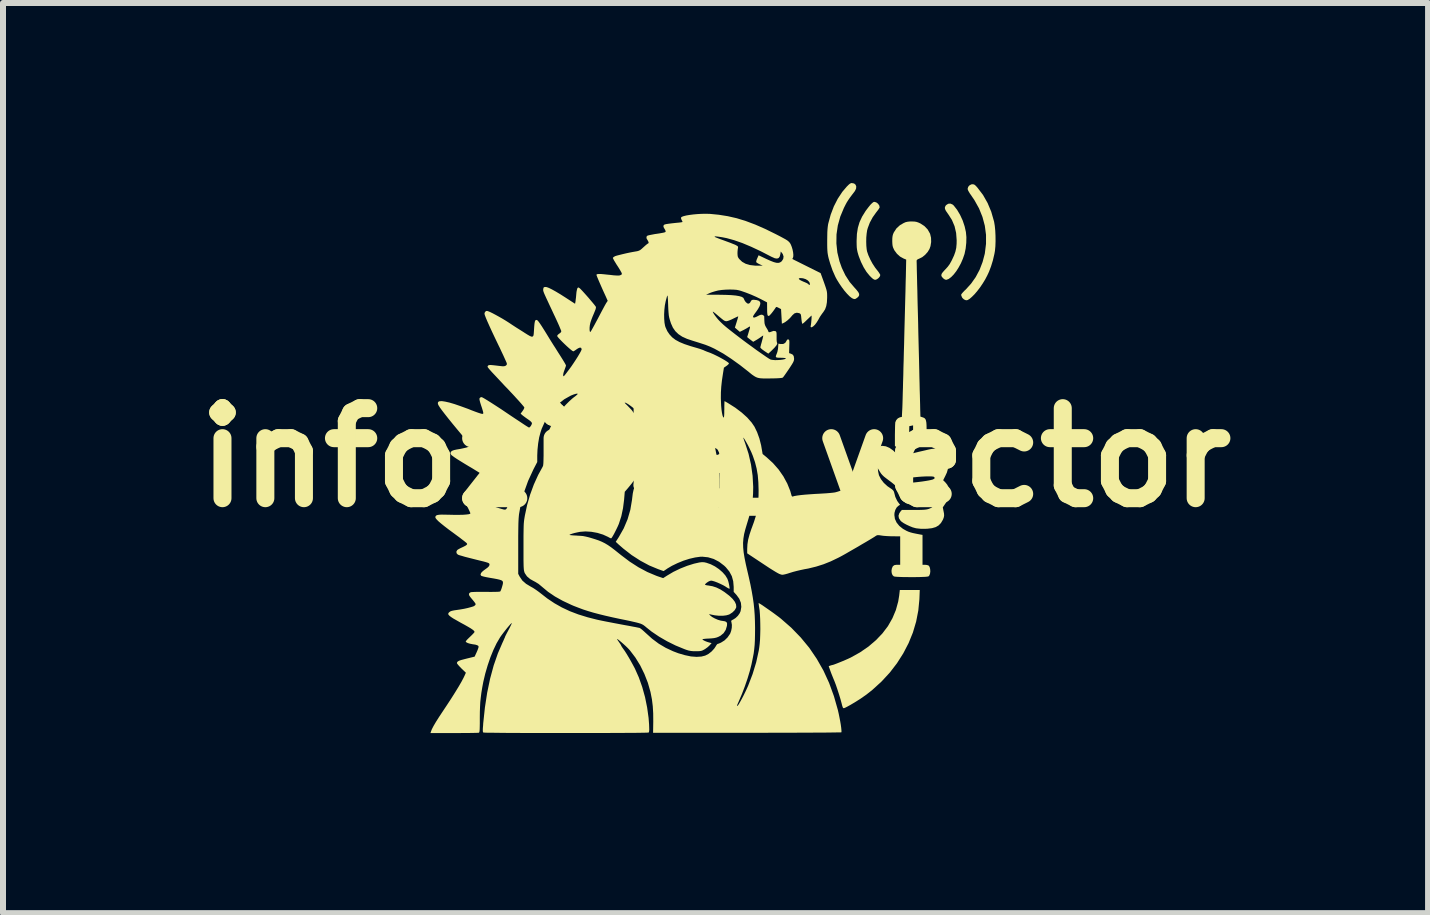
<source format=kicad_pcb>
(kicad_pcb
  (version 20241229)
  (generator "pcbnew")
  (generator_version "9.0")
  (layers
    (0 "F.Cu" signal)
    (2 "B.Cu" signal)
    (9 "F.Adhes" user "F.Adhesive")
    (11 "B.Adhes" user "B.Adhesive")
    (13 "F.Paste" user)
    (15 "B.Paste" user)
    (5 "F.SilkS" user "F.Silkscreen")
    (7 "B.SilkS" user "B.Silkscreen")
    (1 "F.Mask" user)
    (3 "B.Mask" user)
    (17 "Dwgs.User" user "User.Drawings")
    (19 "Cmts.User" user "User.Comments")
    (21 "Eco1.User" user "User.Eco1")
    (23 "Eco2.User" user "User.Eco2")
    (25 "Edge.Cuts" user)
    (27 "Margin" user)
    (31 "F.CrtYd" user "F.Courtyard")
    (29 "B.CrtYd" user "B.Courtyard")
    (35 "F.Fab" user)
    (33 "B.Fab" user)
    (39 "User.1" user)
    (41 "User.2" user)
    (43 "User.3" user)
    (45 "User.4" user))
  (footprint "infozilla_vector"
    (layer "F.Cu")
    (at 8.871 4.572)
    (property "Reference" "infozilla_vector" (at 0 0 0) (layer "F.SilkS") (effects (font (size 1.5 1.5) (thickness 0.3))))
    (attr board_only exclude_from_pos_files exclude_from_bom)
    (fp_poly (pts (xy 3.949 -4.215) (xy 3.968 -4.199) (xy 4.024 -4.128) (xy 4.074 -4.044) (xy 4.118 -3.949) (xy 4.151 -3.85) (xy 4.172 -3.756) (xy 4.18 -3.671) (xy 4.178 -3.577) (xy 4.168 -3.482) (xy 4.15 -3.395) (xy 4.147 -3.385) (xy 4.121 -3.31) (xy 4.089 -3.236) (xy 4.051 -3.166) (xy 4.011 -3.103) (xy 3.969 -3.049) (xy 3.927 -3.006) (xy 3.886 -2.975) (xy 3.85 -2.961) (xy 3.839 -2.96) (xy 3.819 -2.967) (xy 3.796 -2.983) (xy 3.79 -2.989) (xy 3.77 -3.012) (xy 3.762 -3.034) (xy 3.767 -3.058) (xy 3.786 -3.086) (xy 3.819 -3.123) (xy 3.828 -3.132) (xy 3.869 -3.177) (xy 3.902 -3.222) (xy 3.932 -3.276) (xy 3.94 -3.292) (xy 3.974 -3.365) (xy 3.997 -3.43) (xy 4.011 -3.492) (xy 4.017 -3.559) (xy 4.018 -3.619) (xy 4.009 -3.741) (xy 3.983 -3.853) (xy 3.939 -3.957) (xy 3.877 -4.054) (xy 3.869 -4.065) (xy 3.839 -4.108) (xy 3.823 -4.142) (xy 3.822 -4.171) (xy 3.835 -4.196) (xy 3.844 -4.206) (xy 3.877 -4.227) (xy 3.913 -4.23)) (stroke (width 0) (type solid)) (fill yes) (layer "F.SilkS"))
    (fp_poly (pts (xy 2.677 -4.251) (xy 2.708 -4.228) (xy 2.729 -4.197) (xy 2.735 -4.167) (xy 2.729 -4.155) (xy 2.714 -4.131) (xy 2.691 -4.101) (xy 2.676 -4.082) (xy 2.619 -4.002) (xy 2.571 -3.913) (xy 2.537 -3.823) (xy 2.526 -3.784) (xy 2.518 -3.729) (xy 2.512 -3.663) (xy 2.511 -3.593) (xy 2.513 -3.525) (xy 2.519 -3.466) (xy 2.525 -3.433) (xy 2.547 -3.369) (xy 2.579 -3.298) (xy 2.618 -3.226) (xy 2.661 -3.161) (xy 2.686 -3.129) (xy 2.712 -3.096) (xy 2.732 -3.066) (xy 2.744 -3.045) (xy 2.745 -3.038) (xy 2.737 -3.014) (xy 2.716 -2.989) (xy 2.689 -2.969) (xy 2.663 -2.96) (xy 2.661 -2.96) (xy 2.643 -2.964) (xy 2.623 -2.976) (xy 2.596 -3) (xy 2.569 -3.027) (xy 2.517 -3.09) (xy 2.468 -3.169) (xy 2.424 -3.258) (xy 2.387 -3.353) (xy 2.377 -3.385) (xy 2.366 -3.424) (xy 2.359 -3.459) (xy 2.354 -3.494) (xy 2.352 -3.536) (xy 2.351 -3.589) (xy 2.351 -3.61) (xy 2.356 -3.725) (xy 2.372 -3.827) (xy 2.4 -3.921) (xy 2.442 -4.012) (xy 2.499 -4.104) (xy 2.509 -4.118) (xy 2.546 -4.167) (xy 2.58 -4.209) (xy 2.61 -4.239) (xy 2.633 -4.256) (xy 2.644 -4.259)) (stroke (width 0) (type solid)) (fill yes) (layer "F.SilkS"))
    (fp_poly (pts (xy 3.397 2.362) (xy 3.379 2.549) (xy 3.343 2.734) (xy 3.289 2.916) (xy 3.217 3.093) (xy 3.128 3.264) (xy 3.023 3.429) (xy 2.903 3.585) (xy 2.767 3.732) (xy 2.617 3.869) (xy 2.515 3.95) (xy 2.468 3.983) (xy 2.415 4.02) (xy 2.358 4.056) (xy 2.301 4.091) (xy 2.247 4.123) (xy 2.2 4.149) (xy 2.163 4.168) (xy 2.143 4.176) (xy 2.133 4.177) (xy 2.125 4.172) (xy 2.118 4.157) (xy 2.109 4.129) (xy 2.101 4.096) (xy 2.082 4.026) (xy 2.058 3.947) (xy 2.032 3.867) (xy 2.006 3.79) (xy 1.98 3.722) (xy 1.966 3.689) (xy 1.947 3.642) (xy 1.927 3.592) (xy 1.911 3.548) (xy 1.909 3.543) (xy 1.886 3.477) (xy 1.911 3.468) (xy 1.933 3.461) (xy 1.945 3.458) (xy 1.959 3.455) (xy 1.988 3.445) (xy 2.027 3.43) (xy 2.072 3.412) (xy 2.121 3.392) (xy 2.168 3.372) (xy 2.211 3.353) (xy 2.245 3.337) (xy 2.252 3.334) (xy 2.408 3.247) (xy 2.549 3.15) (xy 2.673 3.044) (xy 2.782 2.93) (xy 2.874 2.808) (xy 2.948 2.678) (xy 3.005 2.542) (xy 3.044 2.4) (xy 3.06 2.303) (xy 3.071 2.208) (xy 3.237 2.208) (xy 3.403 2.208)) (stroke (width 0) (type solid)) (fill yes) (layer "F.SilkS"))
    (fp_poly (pts (xy 4.302 -4.55) (xy 4.319 -4.542) (xy 4.339 -4.524) (xy 4.364 -4.496) (xy 4.457 -4.374) (xy 4.533 -4.24) (xy 4.594 -4.095) (xy 4.639 -3.938) (xy 4.642 -3.926) (xy 4.653 -3.859) (xy 4.661 -3.779) (xy 4.665 -3.693) (xy 4.666 -3.604) (xy 4.663 -3.519) (xy 4.656 -3.444) (xy 4.647 -3.393) (xy 4.621 -3.282) (xy 4.591 -3.185) (xy 4.557 -3.095) (xy 4.528 -3.033) (xy 4.493 -2.966) (xy 4.452 -2.899) (xy 4.408 -2.834) (xy 4.362 -2.774) (xy 4.317 -2.721) (xy 4.273 -2.677) (xy 4.234 -2.643) (xy 4.201 -2.623) (xy 4.179 -2.619) (xy 4.162 -2.623) (xy 4.139 -2.634) (xy 4.112 -2.659) (xy 4.096 -2.694) (xy 4.093 -2.713) (xy 4.1 -2.725) (xy 4.118 -2.747) (xy 4.145 -2.776) (xy 4.171 -2.8) (xy 4.258 -2.896) (xy 4.335 -3.005) (xy 4.4 -3.127) (xy 4.45 -3.257) (xy 4.486 -3.393) (xy 4.488 -3.405) (xy 4.507 -3.559) (xy 4.507 -3.711) (xy 4.487 -3.861) (xy 4.448 -4.007) (xy 4.391 -4.149) (xy 4.314 -4.287) (xy 4.27 -4.352) (xy 4.234 -4.404) (xy 4.211 -4.444) (xy 4.201 -4.471) (xy 4.201 -4.477) (xy 4.21 -4.509) (xy 4.233 -4.535) (xy 4.265 -4.551) (xy 4.282 -4.552)) (stroke (width 0) (type solid)) (fill yes) (layer "F.SilkS"))
    (fp_poly (pts (xy 2.309 -4.565) (xy 2.334 -4.544) (xy 2.345 -4.515) (xy 2.342 -4.479) (xy 2.323 -4.44) (xy 2.318 -4.433) (xy 2.273 -4.374) (xy 2.238 -4.327) (xy 2.21 -4.286) (xy 2.186 -4.248) (xy 2.164 -4.207) (xy 2.141 -4.161) (xy 2.139 -4.157) (xy 2.079 -4.013) (xy 2.038 -3.866) (xy 2.016 -3.716) (xy 2.014 -3.566) (xy 2.03 -3.416) (xy 2.066 -3.267) (xy 2.105 -3.158) (xy 2.164 -3.035) (xy 2.236 -2.923) (xy 2.313 -2.833) (xy 2.353 -2.788) (xy 2.38 -2.753) (xy 2.393 -2.725) (xy 2.393 -2.702) (xy 2.382 -2.681) (xy 2.363 -2.663) (xy 2.334 -2.643) (xy 2.309 -2.639) (xy 2.28 -2.651) (xy 2.271 -2.656) (xy 2.236 -2.683) (xy 2.195 -2.724) (xy 2.15 -2.776) (xy 2.105 -2.836) (xy 2.062 -2.899) (xy 2.023 -2.962) (xy 1.999 -3.006) (xy 1.951 -3.114) (xy 1.91 -3.232) (xy 1.887 -3.311) (xy 1.878 -3.348) (xy 1.872 -3.38) (xy 1.867 -3.412) (xy 1.864 -3.447) (xy 1.862 -3.489) (xy 1.861 -3.542) (xy 1.861 -3.611) (xy 1.861 -3.615) (xy 1.862 -3.691) (xy 1.863 -3.752) (xy 1.866 -3.801) (xy 1.87 -3.842) (xy 1.875 -3.879) (xy 1.879 -3.898) (xy 1.919 -4.045) (xy 1.972 -4.184) (xy 2.037 -4.311) (xy 2.113 -4.426) (xy 2.186 -4.512) (xy 2.217 -4.543) (xy 2.24 -4.562) (xy 2.259 -4.571) (xy 2.272 -4.572)) (stroke (width 0) (type solid)) (fill yes) (layer "F.SilkS"))
    (fp_poly (pts (xy 3.724 -0.143) (xy 3.774 -0.122) (xy 3.815 -0.085) (xy 3.839 -0.053) (xy 3.871 0.016) (xy 3.885 0.089) (xy 3.879 0.167) (xy 3.855 0.251) (xy 3.831 0.303) (xy 3.793 0.379) (xy 3.826 0.411) (xy 3.861 0.454) (xy 3.888 0.504) (xy 3.905 0.554) (xy 3.908 0.584) (xy 3.904 0.622) (xy 3.892 0.661) (xy 3.87 0.705) (xy 3.836 0.759) (xy 3.832 0.765) (xy 3.787 0.831) (xy 3.798 0.888) (xy 3.807 0.933) (xy 3.809 0.967) (xy 3.804 0.996) (xy 3.793 1.027) (xy 3.787 1.04) (xy 3.756 1.092) (xy 3.717 1.132) (xy 3.669 1.16) (xy 3.607 1.178) (xy 3.531 1.187) (xy 3.503 1.188) (xy 3.419 1.188) (xy 3.351 1.181) (xy 3.331 1.177) (xy 3.284 1.164) (xy 3.232 1.143) (xy 3.181 1.119) (xy 3.135 1.094) (xy 3.099 1.069) (xy 3.083 1.054) (xy 3.056 1.012) (xy 3.049 0.971) (xy 3.062 0.93) (xy 3.081 0.902) (xy 3.105 0.874) (xy 3.304 0.874) (xy 3.375 0.874) (xy 3.429 0.873) (xy 3.471 0.871) (xy 3.502 0.868) (xy 3.527 0.864) (xy 3.548 0.858) (xy 3.553 0.857) (xy 3.595 0.839) (xy 3.617 0.823) (xy 3.62 0.807) (xy 3.61 0.795) (xy 3.598 0.79) (xy 3.578 0.786) (xy 3.547 0.784) (xy 3.502 0.782) (xy 3.441 0.782) (xy 3.402 0.782) (xy 3.33 0.781) (xy 3.275 0.78) (xy 3.234 0.777) (xy 3.204 0.772) (xy 3.181 0.765) (xy 3.164 0.755) (xy 3.148 0.741) (xy 3.143 0.735) (xy 3.136 0.726) (xy 3.134 0.715) (xy 3.137 0.7) (xy 3.148 0.676) (xy 3.167 0.638) (xy 3.169 0.634) (xy 3.19 0.589) (xy 3.21 0.54) (xy 3.225 0.497) (xy 3.228 0.487) (xy 3.246 0.422) (xy 3.311 0.416) (xy 3.374 0.409) (xy 3.439 0.401) (xy 3.499 0.392) (xy 3.552 0.383) (xy 3.594 0.374) (xy 3.62 0.367) (xy 3.622 0.366) (xy 3.646 0.353) (xy 3.652 0.339) (xy 3.641 0.324) (xy 3.639 0.322) (xy 3.623 0.318) (xy 3.591 0.315) (xy 3.546 0.315) (xy 3.492 0.316) (xy 3.432 0.319) (xy 3.369 0.324) (xy 3.32 0.329) (xy 3.265 0.335) (xy 3.258 0.287) (xy 3.239 0.177) (xy 3.211 0.084) (xy 3.19 0.035) (xy 3.174 0.002) (xy 3.163 -0.022) (xy 3.159 -0.035) (xy 3.159 -0.036) (xy 3.169 -0.04) (xy 3.196 -0.047) (xy 3.235 -0.057) (xy 3.283 -0.069) (xy 3.337 -0.082) (xy 3.394 -0.096) (xy 3.451 -0.109) (xy 3.503 -0.121) (xy 3.549 -0.132) (xy 3.584 -0.139) (xy 3.594 -0.141) (xy 3.665 -0.149)) (stroke (width 0) (type solid)) (fill yes) (layer "F.SilkS"))
    (fp_poly (pts (xy 3.312 -3.931) (xy 3.345 -3.926) (xy 3.376 -3.916) (xy 3.412 -3.9) (xy 3.48 -3.856) (xy 3.534 -3.8) (xy 3.572 -3.733) (xy 3.576 -3.724) (xy 3.591 -3.66) (xy 3.593 -3.59) (xy 3.582 -3.521) (xy 3.565 -3.473) (xy 3.534 -3.423) (xy 3.492 -3.376) (xy 3.445 -3.338) (xy 3.399 -3.315) (xy 3.369 -3.302) (xy 3.354 -3.289) (xy 3.351 -3.278) (xy 3.351 -3.265) (xy 3.352 -3.234) (xy 3.353 -3.187) (xy 3.354 -3.126) (xy 3.356 -3.052) (xy 3.358 -2.968) (xy 3.36 -2.874) (xy 3.363 -2.774) (xy 3.365 -2.668) (xy 3.365 -2.667) (xy 3.368 -2.54) (xy 3.372 -2.398) (xy 3.376 -2.245) (xy 3.379 -2.087) (xy 3.383 -1.927) (xy 3.387 -1.77) (xy 3.391 -1.621) (xy 3.394 -1.484) (xy 3.395 -1.451) (xy 3.397 -1.34) (xy 3.4 -1.233) (xy 3.402 -1.132) (xy 3.405 -1.038) (xy 3.407 -0.955) (xy 3.409 -0.883) (xy 3.41 -0.825) (xy 3.411 -0.782) (xy 3.412 -0.756) (xy 3.412 -0.753) (xy 3.414 -0.681) (xy 3.448 -0.67) (xy 3.47 -0.662) (xy 3.487 -0.651) (xy 3.499 -0.636) (xy 3.507 -0.613) (xy 3.513 -0.581) (xy 3.516 -0.536) (xy 3.517 -0.475) (xy 3.518 -0.425) (xy 3.519 -0.239) (xy 3.408 -0.208) (xy 3.364 -0.196) (xy 3.329 -0.186) (xy 3.304 -0.179) (xy 3.295 -0.176) (xy 3.294 -0.185) (xy 3.293 -0.211) (xy 3.293 -0.25) (xy 3.292 -0.3) (xy 3.292 -0.355) (xy 3.292 -0.535) (xy 3.26 -0.528) (xy 3.229 -0.522) (xy 3.224 -0.329) (xy 3.219 -0.136) (xy 3.169 -0.108) (xy 3.119 -0.079) (xy 3.081 -0.119) (xy 3.054 -0.144) (xy 3.028 -0.166) (xy 3.016 -0.174) (xy 2.989 -0.19) (xy 2.989 -0.372) (xy 2.99 -0.432) (xy 2.991 -0.487) (xy 2.992 -0.533) (xy 2.994 -0.568) (xy 2.995 -0.585) (xy 3.011 -0.622) (xy 3.038 -0.652) (xy 3.072 -0.669) (xy 3.076 -0.67) (xy 3.105 -0.676) (xy 3.11 -0.775) (xy 3.112 -0.807) (xy 3.114 -0.855) (xy 3.116 -0.918) (xy 3.118 -0.992) (xy 3.12 -1.074) (xy 3.123 -1.163) (xy 3.125 -1.255) (xy 3.126 -1.285) (xy 3.129 -1.382) (xy 3.131 -1.495) (xy 3.135 -1.619) (xy 3.138 -1.749) (xy 3.142 -1.881) (xy 3.145 -2.011) (xy 3.148 -2.135) (xy 3.15 -2.208) (xy 3.153 -2.318) (xy 3.156 -2.433) (xy 3.159 -2.549) (xy 3.162 -2.662) (xy 3.165 -2.768) (xy 3.167 -2.865) (xy 3.169 -2.949) (xy 3.171 -3.009) (xy 3.177 -3.297) (xy 3.133 -3.315) (xy 3.075 -3.347) (xy 3.023 -3.394) (xy 2.982 -3.449) (xy 2.973 -3.466) (xy 2.959 -3.497) (xy 2.951 -3.524) (xy 2.947 -3.556) (xy 2.945 -3.598) (xy 2.945 -3.61) (xy 2.946 -3.656) (xy 2.95 -3.689) (xy 2.957 -3.717) (xy 2.969 -3.746) (xy 2.973 -3.753) (xy 3.015 -3.817) (xy 3.073 -3.87) (xy 3.135 -3.906) (xy 3.169 -3.921) (xy 3.202 -3.928) (xy 3.24 -3.932) (xy 3.268 -3.932)) (stroke (width 0) (type solid)) (fill yes) (layer "F.SilkS"))
    (fp_poly (pts (xy -0.107 -4.059) (xy -0.098 -4.059) (xy 0.055 -4.044) (xy 0.205 -4.02) (xy 0.354 -3.986) (xy 0.506 -3.939) (xy 0.663 -3.88) (xy 0.827 -3.808) (xy 1.002 -3.722) (xy 1.006 -3.72) (xy 1.074 -3.685) (xy 1.126 -3.657) (xy 1.166 -3.635) (xy 1.195 -3.617) (xy 1.215 -3.601) (xy 1.23 -3.586) (xy 1.242 -3.571) (xy 1.252 -3.553) (xy 1.256 -3.545) (xy 1.271 -3.507) (xy 1.284 -3.463) (xy 1.293 -3.417) (xy 1.297 -3.375) (xy 1.295 -3.343) (xy 1.291 -3.33) (xy 1.282 -3.313) (xy 1.282 -3.307) (xy 1.291 -3.302) (xy 1.315 -3.289) (xy 1.352 -3.271) (xy 1.4 -3.247) (xy 1.456 -3.219) (xy 1.518 -3.188) (xy 1.751 -3.072) (xy 1.806 -2.921) (xy 1.826 -2.864) (xy 1.84 -2.822) (xy 1.85 -2.788) (xy 1.856 -2.76) (xy 1.859 -2.731) (xy 1.86 -2.699) (xy 1.86 -2.662) (xy 1.856 -2.585) (xy 1.845 -2.522) (xy 1.826 -2.469) (xy 1.796 -2.422) (xy 1.784 -2.407) (xy 1.764 -2.379) (xy 1.739 -2.342) (xy 1.717 -2.302) (xy 1.715 -2.298) (xy 1.687 -2.252) (xy 1.658 -2.213) (xy 1.629 -2.185) (xy 1.604 -2.17) (xy 1.596 -2.169) (xy 1.585 -2.174) (xy 1.586 -2.191) (xy 1.59 -2.212) (xy 1.594 -2.243) (xy 1.597 -2.279) (xy 1.6 -2.314) (xy 1.601 -2.343) (xy 1.601 -2.361) (xy 1.6 -2.364) (xy 1.592 -2.358) (xy 1.573 -2.34) (xy 1.547 -2.315) (xy 1.527 -2.296) (xy 1.497 -2.267) (xy 1.472 -2.244) (xy 1.454 -2.23) (xy 1.448 -2.227) (xy 1.442 -2.237) (xy 1.437 -2.262) (xy 1.432 -2.3) (xy 1.431 -2.31) (xy 1.427 -2.35) (xy 1.423 -2.375) (xy 1.417 -2.39) (xy 1.407 -2.398) (xy 1.396 -2.404) (xy 1.355 -2.412) (xy 1.316 -2.401) (xy 1.281 -2.37) (xy 1.273 -2.36) (xy 1.24 -2.322) (xy 1.2 -2.285) (xy 1.16 -2.255) (xy 1.132 -2.24) (xy 1.106 -2.229) (xy 1.099 -2.351) (xy 1.092 -2.472) (xy 1.052 -2.493) (xy 1.027 -2.505) (xy 1.014 -2.508) (xy 1.006 -2.502) (xy 1.002 -2.496) (xy 0.983 -2.468) (xy 0.96 -2.436) (xy 0.935 -2.404) (xy 0.913 -2.379) (xy 0.897 -2.363) (xy 0.892 -2.36) (xy 0.879 -2.358) (xy 0.87 -2.366) (xy 0.864 -2.386) (xy 0.861 -2.421) (xy 0.86 -2.472) (xy 0.86 -2.481) (xy 0.859 -2.584) (xy 0.752 -2.64) (xy 0.678 -2.676) (xy 0.594 -2.713) (xy 0.507 -2.747) (xy 0.426 -2.775) (xy 0.391 -2.785) (xy 0.351 -2.793) (xy 0.296 -2.797) (xy 0.234 -2.798) (xy 0.168 -2.796) (xy 0.105 -2.791) (xy 0.049 -2.783) (xy 0.039 -2.781) (xy -0.008 -2.769) (xy -0.057 -2.754) (xy -0.097 -2.739) (xy -0.101 -2.737) (xy -0.158 -2.711) (xy 0.06 -2.711) (xy 0.171 -2.709) (xy 0.264 -2.705) (xy 0.338 -2.698) (xy 0.396 -2.688) (xy 0.437 -2.676) (xy 0.463 -2.66) (xy 0.473 -2.643) (xy 0.483 -2.62) (xy 0.5 -2.594) (xy 0.504 -2.589) (xy 0.531 -2.566) (xy 0.555 -2.563) (xy 0.575 -2.578) (xy 0.585 -2.596) (xy 0.596 -2.615) (xy 0.611 -2.625) (xy 0.634 -2.628) (xy 0.67 -2.624) (xy 0.687 -2.622) (xy 0.723 -2.61) (xy 0.743 -2.59) (xy 0.747 -2.56) (xy 0.735 -2.521) (xy 0.707 -2.471) (xy 0.678 -2.429) (xy 0.654 -2.397) (xy 0.636 -2.37) (xy 0.626 -2.352) (xy 0.625 -2.348) (xy 0.63 -2.333) (xy 0.647 -2.331) (xy 0.676 -2.341) (xy 0.702 -2.354) (xy 0.735 -2.371) (xy 0.757 -2.378) (xy 0.775 -2.378) (xy 0.785 -2.375) (xy 0.804 -2.363) (xy 0.812 -2.352) (xy 0.812 -2.336) (xy 0.813 -2.308) (xy 0.814 -2.276) (xy 0.817 -2.236) (xy 0.825 -2.205) (xy 0.84 -2.174) (xy 0.847 -2.163) (xy 0.864 -2.135) (xy 0.876 -2.112) (xy 0.879 -2.103) (xy 0.886 -2.088) (xy 0.905 -2.087) (xy 0.927 -2.095) (xy 0.966 -2.109) (xy 0.997 -2.105) (xy 1.006 -2.101) (xy 1.013 -2.091) (xy 1.017 -2.072) (xy 1.018 -2.04) (xy 1.018 -2.007) (xy 1.018 -1.961) (xy 1.021 -1.927) (xy 1.026 -1.909) (xy 1.027 -1.909) (xy 1.028 -1.892) (xy 1.013 -1.865) (xy 0.982 -1.828) (xy 0.936 -1.782) (xy 0.93 -1.776) (xy 0.88 -1.73) (xy 0.811 -1.776) (xy 0.774 -1.803) (xy 0.752 -1.824) (xy 0.746 -1.837) (xy 0.751 -1.852) (xy 0.758 -1.881) (xy 0.769 -1.919) (xy 0.775 -1.942) (xy 0.785 -1.98) (xy 0.792 -2.011) (xy 0.795 -2.029) (xy 0.795 -2.032) (xy 0.785 -2.027) (xy 0.765 -2.013) (xy 0.759 -2.009) (xy 0.732 -1.99) (xy 0.698 -1.968) (xy 0.678 -1.956) (xy 0.628 -1.927) (xy 0.578 -1.965) (xy 0.552 -1.985) (xy 0.534 -2) (xy 0.528 -2.006) (xy 0.53 -2.015) (xy 0.538 -2.039) (xy 0.548 -2.072) (xy 0.552 -2.086) (xy 0.566 -2.132) (xy 0.574 -2.162) (xy 0.575 -2.178) (xy 0.57 -2.182) (xy 0.558 -2.176) (xy 0.55 -2.171) (xy 0.526 -2.156) (xy 0.494 -2.138) (xy 0.464 -2.122) (xy 0.405 -2.093) (xy 0.364 -2.128) (xy 0.323 -2.164) (xy 0.352 -2.256) (xy 0.364 -2.295) (xy 0.373 -2.327) (xy 0.378 -2.346) (xy 0.378 -2.351) (xy 0.369 -2.348) (xy 0.347 -2.338) (xy 0.316 -2.323) (xy 0.309 -2.32) (xy 0.271 -2.301) (xy 0.233 -2.285) (xy 0.206 -2.275) (xy 0.205 -2.275) (xy 0.187 -2.271) (xy 0.171 -2.271) (xy 0.154 -2.276) (xy 0.132 -2.289) (xy 0.104 -2.311) (xy 0.065 -2.343) (xy 0.031 -2.372) (xy 0.00023 -2.398) (xy -0.025 -2.418) (xy -0.041 -2.429) (xy -0.045 -2.43) (xy -0.043 -2.42) (xy -0.031 -2.398) (xy -0.011 -2.368) (xy 0.014 -2.335) (xy 0.041 -2.302) (xy 0.062 -2.279) (xy 0.091 -2.25) (xy 0.129 -2.214) (xy 0.172 -2.177) (xy 0.205 -2.15) (xy 0.262 -2.105) (xy 0.326 -2.055) (xy 0.394 -2.003) (xy 0.465 -1.949) (xy 0.538 -1.895) (xy 0.61 -1.843) (xy 0.678 -1.793) (xy 0.742 -1.748) (xy 0.8 -1.708) (xy 0.849 -1.674) (xy 0.887 -1.649) (xy 0.913 -1.634) (xy 0.922 -1.63) (xy 0.954 -1.625) (xy 0.994 -1.622) (xy 1.038 -1.623) (xy 1.082 -1.626) (xy 1.121 -1.631) (xy 1.152 -1.638) (xy 1.17 -1.647) (xy 1.172 -1.652) (xy 1.163 -1.656) (xy 1.14 -1.659) (xy 1.106 -1.661) (xy 1.097 -1.661) (xy 1.05 -1.662) (xy 1.021 -1.665) (xy 1.007 -1.673) (xy 1.005 -1.687) (xy 1.012 -1.709) (xy 1.017 -1.72) (xy 1.031 -1.759) (xy 1.041 -1.808) (xy 1.043 -1.83) (xy 1.048 -1.896) (xy 1.086 -1.89) (xy 1.128 -1.891) (xy 1.161 -1.909) (xy 1.182 -1.941) (xy 1.183 -1.944) (xy 1.194 -1.963) (xy 1.209 -1.967) (xy 1.213 -1.966) (xy 1.222 -1.963) (xy 1.227 -1.955) (xy 1.23 -1.941) (xy 1.231 -1.916) (xy 1.23 -1.877) (xy 1.229 -1.85) (xy 1.226 -1.739) (xy 1.258 -1.728) (xy 1.287 -1.713) (xy 1.303 -1.689) (xy 1.309 -1.651) (xy 1.309 -1.642) (xy 1.308 -1.625) (xy 1.302 -1.605) (xy 1.291 -1.581) (xy 1.272 -1.549) (xy 1.245 -1.507) (xy 1.222 -1.472) (xy 1.191 -1.427) (xy 1.164 -1.388) (xy 1.141 -1.356) (xy 1.126 -1.336) (xy 1.121 -1.331) (xy 1.105 -1.326) (xy 1.07 -1.322) (xy 1.016 -1.319) (xy 0.944 -1.317) (xy 0.918 -1.317) (xy 0.845 -1.316) (xy 0.788 -1.317) (xy 0.743 -1.32) (xy 0.706 -1.327) (xy 0.674 -1.339) (xy 0.643 -1.357) (xy 0.608 -1.381) (xy 0.567 -1.414) (xy 0.557 -1.423) (xy 0.406 -1.541) (xy 0.264 -1.643) (xy 0.131 -1.73) (xy 0.007 -1.799) (xy -0.015 -1.811) (xy -0.055 -1.83) (xy -0.092 -1.847) (xy -0.129 -1.862) (xy -0.17 -1.878) (xy -0.219 -1.894) (xy -0.278 -1.913) (xy -0.352 -1.936) (xy -0.381 -1.945) (xy -0.476 -1.977) (xy -0.555 -2.013) (xy -0.618 -2.055) (xy -0.669 -2.104) (xy -0.71 -2.163) (xy -0.742 -2.234) (xy -0.762 -2.296) (xy -0.771 -2.33) (xy -0.778 -2.367) (xy -0.782 -2.41) (xy -0.786 -2.465) (xy -0.789 -2.534) (xy -0.789 -2.538) (xy -0.791 -2.593) (xy -0.793 -2.639) (xy -0.796 -2.674) (xy -0.799 -2.695) (xy -0.801 -2.699) (xy -0.807 -2.687) (xy -0.815 -2.66) (xy -0.825 -2.623) (xy -0.831 -2.599) (xy -0.844 -2.533) (xy -0.852 -2.46) (xy -0.856 -2.385) (xy -0.855 -2.312) (xy -0.85 -2.246) (xy -0.84 -2.192) (xy -0.832 -2.168) (xy -0.803 -2.104) (xy -0.766 -2.05) (xy -0.722 -2.002) (xy -0.667 -1.96) (xy -0.599 -1.923) (xy -0.517 -1.889) (xy -0.418 -1.856) (xy -0.364 -1.84) (xy -0.312 -1.825) (xy -0.262 -1.81) (xy -0.22 -1.795) (xy -0.191 -1.784) (xy -0.191 -1.783) (xy -0.158 -1.769) (xy -0.13 -1.758) (xy -0.118 -1.754) (xy -0.083 -1.741) (xy -0.039 -1.722) (xy 0.009 -1.699) (xy 0.059 -1.674) (xy 0.108 -1.647) (xy 0.152 -1.622) (xy 0.188 -1.599) (xy 0.213 -1.581) (xy 0.224 -1.569) (xy 0.225 -1.568) (xy 0.217 -1.555) (xy 0.198 -1.537) (xy 0.182 -1.525) (xy 0.14 -1.496) (xy 0.124 -1.395) (xy 0.107 -1.282) (xy 0.096 -1.181) (xy 0.09 -1.085) (xy 0.089 -0.988) (xy 0.091 -0.933) (xy 0.094 -0.861) (xy 0.1 -0.796) (xy 0.108 -0.742) (xy 0.117 -0.7) (xy 0.127 -0.674) (xy 0.138 -0.664) (xy 0.138 -0.664) (xy 0.141 -0.673) (xy 0.144 -0.699) (xy 0.146 -0.736) (xy 0.146 -0.783) (xy 0.147 -0.801) (xy 0.147 -0.85) (xy 0.148 -0.892) (xy 0.149 -0.922) (xy 0.15 -0.937) (xy 0.151 -0.938) (xy 0.161 -0.933) (xy 0.183 -0.921) (xy 0.207 -0.907) (xy 0.33 -0.829) (xy 0.437 -0.748) (xy 0.528 -0.666) (xy 0.602 -0.582) (xy 0.649 -0.513) (xy 0.693 -0.422) (xy 0.731 -0.317) (xy 0.76 -0.203) (xy 0.768 -0.156) (xy 0.785 -0.058) (xy 0.852 -0.003) (xy 0.957 0.093) (xy 1.051 0.2) (xy 1.131 0.315) (xy 1.196 0.435) (xy 1.245 0.557) (xy 1.261 0.614) (xy 1.269 0.64) (xy 1.278 0.651) (xy 1.288 0.65) (xy 1.317 0.642) (xy 1.363 0.634) (xy 1.424 0.626) (xy 1.497 0.619) (xy 1.578 0.613) (xy 1.666 0.607) (xy 1.71 0.605) (xy 1.778 0.601) (xy 1.844 0.597) (xy 1.904 0.592) (xy 1.954 0.587) (xy 1.99 0.582) (xy 1.998 0.58) (xy 2.031 0.571) (xy 2.077 0.556) (xy 2.131 0.537) (xy 2.188 0.516) (xy 2.218 0.504) (xy 2.369 0.444) (xy 2.375 0.332) (xy 2.381 0.252) (xy 2.389 0.188) (xy 2.4 0.137) (xy 2.415 0.096) (xy 2.422 0.079) (xy 2.452 0.033) (xy 2.495 -0.017) (xy 2.547 -0.067) (xy 2.602 -0.113) (xy 2.658 -0.152) (xy 2.708 -0.178) (xy 2.717 -0.182) (xy 2.777 -0.194) (xy 2.838 -0.186) (xy 2.899 -0.16) (xy 2.962 -0.115) (xy 2.996 -0.082) (xy 3.052 -0.014) (xy 3.1 0.068) (xy 3.136 0.156) (xy 3.152 0.215) (xy 3.161 0.289) (xy 3.161 0.368) (xy 3.153 0.446) (xy 3.135 0.517) (xy 3.11 0.578) (xy 3.1 0.595) (xy 3.084 0.619) (xy 3.057 0.561) (xy 3.04 0.527) (xy 3.023 0.499) (xy 3.001 0.473) (xy 2.973 0.447) (xy 2.935 0.416) (xy 2.892 0.384) (xy 2.843 0.347) (xy 2.807 0.319) (xy 2.781 0.294) (xy 2.76 0.27) (xy 2.742 0.243) (xy 2.731 0.225) (xy 2.705 0.181) (xy 2.709 0.231) (xy 2.723 0.296) (xy 2.756 0.361) (xy 2.804 0.423) (xy 2.865 0.479) (xy 2.906 0.507) (xy 2.94 0.53) (xy 2.96 0.549) (xy 2.971 0.566) (xy 2.975 0.578) (xy 2.996 0.657) (xy 3.027 0.723) (xy 3.043 0.746) (xy 3.075 0.788) (xy 3.048 0.805) (xy 3.019 0.832) (xy 2.996 0.873) (xy 2.982 0.923) (xy 2.98 0.959) (xy 2.989 1.023) (xy 3.017 1.084) (xy 3.062 1.14) (xy 3.123 1.189) (xy 3.182 1.222) (xy 3.213 1.236) (xy 3.248 1.248) (xy 3.289 1.259) (xy 3.342 1.27) (xy 3.409 1.283) (xy 3.427 1.286) (xy 3.449 1.29) (xy 3.449 1.539) (xy 3.449 1.788) (xy 3.491 1.788) (xy 3.521 1.791) (xy 3.545 1.798) (xy 3.55 1.8) (xy 3.567 1.823) (xy 3.576 1.858) (xy 3.579 1.898) (xy 3.574 1.937) (xy 3.561 1.968) (xy 3.55 1.98) (xy 3.535 1.984) (xy 3.503 1.988) (xy 3.458 1.99) (xy 3.403 1.992) (xy 3.341 1.993) (xy 3.276 1.994) (xy 3.209 1.993) (xy 3.145 1.993) (xy 3.086 1.991) (xy 3.036 1.989) (xy 2.997 1.986) (xy 2.974 1.982) (xy 2.97 1.98) (xy 2.949 1.96) (xy 2.936 1.927) (xy 2.932 1.889) (xy 2.938 1.85) (xy 2.952 1.817) (xy 2.961 1.807) (xy 2.982 1.793) (xy 3.015 1.788) (xy 3.028 1.788) (xy 3.077 1.788) (xy 3.077 1.551) (xy 3.077 1.314) (xy 2.958 1.313) (xy 2.903 1.312) (xy 2.846 1.309) (xy 2.797 1.305) (xy 2.767 1.301) (xy 2.729 1.295) (xy 2.705 1.294) (xy 2.688 1.297) (xy 2.673 1.306) (xy 2.669 1.308) (xy 2.647 1.323) (xy 2.611 1.345) (xy 2.563 1.374) (xy 2.506 1.408) (xy 2.442 1.445) (xy 2.375 1.485) (xy 2.307 1.524) (xy 2.241 1.562) (xy 2.179 1.598) (xy 2.124 1.629) (xy 2.078 1.654) (xy 2.045 1.671) (xy 1.92 1.731) (xy 1.8 1.779) (xy 1.677 1.818) (xy 1.546 1.85) (xy 1.48 1.862) (xy 1.419 1.875) (xy 1.355 1.89) (xy 1.294 1.906) (xy 1.245 1.921) (xy 1.244 1.921) (xy 1.201 1.935) (xy 1.161 1.946) (xy 1.132 1.952) (xy 1.119 1.954) (xy 1.103 1.953) (xy 1.085 1.948) (xy 1.063 1.94) (xy 1.036 1.926) (xy 1.001 1.906) (xy 0.957 1.879) (xy 0.901 1.844) (xy 0.833 1.799) (xy 0.774 1.76) (xy 0.528 1.597) (xy 0.528 1.521) (xy 0.532 1.446) (xy 0.544 1.368) (xy 0.567 1.283) (xy 0.599 1.187) (xy 0.605 1.172) (xy 0.641 1.073) (xy 0.669 0.984) (xy 0.69 0.901) (xy 0.704 0.819) (xy 0.713 0.732) (xy 0.717 0.635) (xy 0.718 0.547) (xy 0.714 0.414) (xy 0.704 0.294) (xy 0.685 0.184) (xy 0.658 0.078) (xy 0.622 -0.027) (xy 0.597 -0.088) (xy 0.58 -0.124) (xy 0.56 -0.166) (xy 0.538 -0.209) (xy 0.515 -0.25) (xy 0.495 -0.285) (xy 0.478 -0.313) (xy 0.467 -0.328) (xy 0.463 -0.33) (xy 0.465 -0.32) (xy 0.473 -0.296) (xy 0.485 -0.261) (xy 0.495 -0.234) (xy 0.551 -0.061) (xy 0.592 0.12) (xy 0.618 0.305) (xy 0.628 0.487) (xy 0.628 0.503) (xy 0.626 0.6) (xy 0.62 0.69) (xy 0.608 0.778) (xy 0.59 0.868) (xy 0.566 0.965) (xy 0.534 1.073) (xy 0.523 1.109) (xy 0.497 1.196) (xy 0.477 1.275) (xy 0.465 1.349) (xy 0.459 1.423) (xy 0.461 1.5) (xy 0.469 1.582) (xy 0.484 1.674) (xy 0.505 1.778) (xy 0.521 1.848) (xy 0.554 1.99) (xy 0.582 2.117) (xy 0.604 2.231) (xy 0.622 2.336) (xy 0.636 2.434) (xy 0.646 2.53) (xy 0.653 2.626) (xy 0.657 2.725) (xy 0.659 2.83) (xy 0.659 2.862) (xy 0.658 2.963) (xy 0.656 3.049) (xy 0.652 3.124) (xy 0.645 3.195) (xy 0.636 3.265) (xy 0.622 3.338) (xy 0.605 3.421) (xy 0.599 3.449) (xy 0.571 3.559) (xy 0.534 3.682) (xy 0.49 3.81) (xy 0.44 3.941) (xy 0.386 4.068) (xy 0.378 4.086) (xy 0.363 4.12) (xy 0.358 4.138) (xy 0.363 4.141) (xy 0.376 4.127) (xy 0.378 4.125) (xy 0.393 4.102) (xy 0.414 4.065) (xy 0.44 4.018) (xy 0.467 3.966) (xy 0.494 3.911) (xy 0.519 3.858) (xy 0.54 3.811) (xy 0.541 3.81) (xy 0.618 3.609) (xy 0.678 3.412) (xy 0.721 3.216) (xy 0.729 3.165) (xy 0.736 3.106) (xy 0.742 3.033) (xy 0.745 2.95) (xy 0.747 2.862) (xy 0.746 2.774) (xy 0.744 2.689) (xy 0.74 2.612) (xy 0.735 2.547) (xy 0.73 2.516) (xy 0.724 2.477) (xy 0.72 2.446) (xy 0.718 2.428) (xy 0.718 2.425) (xy 0.727 2.429) (xy 0.749 2.442) (xy 0.782 2.463) (xy 0.822 2.491) (xy 0.868 2.523) (xy 0.917 2.557) (xy 0.966 2.592) (xy 1.013 2.627) (xy 1.055 2.658) (xy 1.089 2.685) (xy 1.263 2.837) (xy 1.42 2.999) (xy 1.562 3.171) (xy 1.687 3.355) (xy 1.798 3.55) (xy 1.893 3.757) (xy 1.973 3.977) (xy 2.038 4.205) (xy 2.052 4.266) (xy 2.065 4.33) (xy 2.077 4.392) (xy 2.087 4.45) (xy 2.094 4.501) (xy 2.098 4.542) (xy 2.099 4.569) (xy 2.097 4.579) (xy 2.086 4.58) (xy 2.057 4.581) (xy 2.011 4.581) (xy 1.948 4.582) (xy 1.87 4.583) (xy 1.777 4.584) (xy 1.671 4.584) (xy 1.553 4.585) (xy 1.424 4.585) (xy 1.284 4.586) (xy 1.136 4.586) (xy 0.979 4.586) (xy 0.815 4.587) (xy 0.646 4.587) (xy 0.524 4.587) (xy -1.04 4.587) (xy -1.037 4.401) (xy -1.038 4.266) (xy -1.045 4.145) (xy -1.059 4.031) (xy -1.081 3.919) (xy -1.084 3.905) (xy -1.127 3.754) (xy -1.185 3.606) (xy -1.254 3.465) (xy -1.334 3.335) (xy -1.422 3.219) (xy -1.441 3.197) (xy -1.466 3.171) (xy -1.496 3.142) (xy -1.53 3.111) (xy -1.563 3.082) (xy -1.594 3.056) (xy -1.619 3.036) (xy -1.636 3.025) (xy -1.641 3.024) (xy -1.636 3.035) (xy -1.622 3.056) (xy -1.607 3.077) (xy -1.589 3.104) (xy -1.576 3.124) (xy -1.573 3.132) (xy -1.567 3.144) (xy -1.553 3.166) (xy -1.536 3.19) (xy -1.511 3.225) (xy -1.48 3.274) (xy -1.445 3.332) (xy -1.41 3.393) (xy -1.376 3.455) (xy -1.346 3.511) (xy -1.343 3.517) (xy -1.278 3.663) (xy -1.221 3.824) (xy -1.174 3.993) (xy -1.139 4.166) (xy -1.115 4.339) (xy -1.107 4.442) (xy -1.105 4.497) (xy -1.104 4.536) (xy -1.106 4.561) (xy -1.109 4.575) (xy -1.114 4.582) (xy -1.115 4.583) (xy -1.126 4.584) (xy -1.156 4.585) (xy -1.202 4.586) (xy -1.264 4.587) (xy -1.34 4.588) (xy -1.429 4.588) (xy -1.529 4.589) (xy -1.639 4.589) (xy -1.758 4.59) (xy -1.884 4.59) (xy -2.016 4.591) (xy -2.153 4.591) (xy -2.293 4.591) (xy -2.435 4.591) (xy -2.578 4.591) (xy -2.719 4.591) (xy -2.859 4.591) (xy -2.995 4.591) (xy -3.126 4.59) (xy -3.25 4.59) (xy -3.367 4.589) (xy -3.476 4.589) (xy -3.573 4.588) (xy -3.66 4.587) (xy -3.733 4.586) (xy -3.791 4.586) (xy -3.834 4.585) (xy -3.86 4.583) (xy -3.868 4.583) (xy -3.873 4.577) (xy -3.876 4.565) (xy -3.877 4.544) (xy -3.876 4.511) (xy -3.872 4.464) (xy -3.87 4.429) (xy -3.842 4.166) (xy -3.804 3.918) (xy -3.755 3.684) (xy -3.696 3.466) (xy -3.626 3.264) (xy -3.551 3.09) (xy -3.533 3.051) (xy -3.519 3.018) (xy -3.509 2.997) (xy -3.507 2.99) (xy -3.503 2.979) (xy -3.491 2.955) (xy -3.473 2.92) (xy -3.451 2.879) (xy -3.448 2.873) (xy -3.426 2.831) (xy -3.409 2.796) (xy -3.397 2.771) (xy -3.393 2.758) (xy -3.393 2.758) (xy -3.401 2.763) (xy -3.419 2.78) (xy -3.443 2.808) (xy -3.472 2.842) (xy -3.503 2.881) (xy -3.534 2.921) (xy -3.562 2.958) (xy -3.586 2.992) (xy -3.593 3.003) (xy -3.648 3.097) (xy -3.701 3.208) (xy -3.751 3.331) (xy -3.796 3.463) (xy -3.836 3.6) (xy -3.869 3.739) (xy -3.887 3.836) (xy -3.901 3.922) (xy -3.911 4) (xy -3.919 4.075) (xy -3.923 4.152) (xy -3.926 4.237) (xy -3.927 4.335) (xy -3.927 4.361) (xy -3.927 4.432) (xy -3.928 4.487) (xy -3.929 4.527) (xy -3.931 4.554) (xy -3.934 4.572) (xy -3.937 4.581) (xy -3.942 4.585) (xy -3.943 4.586) (xy -3.956 4.587) (xy -3.986 4.588) (xy -4.031 4.589) (xy -4.09 4.59) (xy -4.159 4.591) (xy -4.237 4.591) (xy -4.322 4.592) (xy -4.354 4.592) (xy -4.749 4.592) (xy -4.742 4.57) (xy -4.726 4.528) (xy -4.697 4.472) (xy -4.657 4.404) (xy -4.607 4.325) (xy -4.558 4.251) (xy -4.477 4.129) (xy -4.403 4.016) (xy -4.338 3.913) (xy -4.281 3.82) (xy -4.234 3.739) (xy -4.198 3.671) (xy -4.177 3.627) (xy -4.159 3.586) (xy -4.234 3.514) (xy -4.264 3.483) (xy -4.289 3.455) (xy -4.304 3.435) (xy -4.308 3.426) (xy -4.305 3.412) (xy -4.294 3.399) (xy -4.273 3.387) (xy -4.239 3.375) (xy -4.19 3.362) (xy -4.147 3.351) (xy -4.013 3.318) (xy -3.98 3.246) (xy -3.964 3.209) (xy -3.953 3.178) (xy -3.947 3.157) (xy -3.947 3.154) (xy -3.952 3.139) (xy -3.97 3.128) (xy -4.002 3.118) (xy -4.044 3.112) (xy -4.09 3.103) (xy -4.127 3.092) (xy -4.152 3.079) (xy -4.162 3.067) (xy -4.162 3.066) (xy -4.155 3.055) (xy -4.137 3.034) (xy -4.11 3.007) (xy -4.088 2.986) (xy -4.058 2.957) (xy -4.033 2.931) (xy -4.018 2.913) (xy -4.015 2.907) (xy -4.018 2.896) (xy -4.029 2.883) (xy -4.049 2.867) (xy -4.08 2.846) (xy -4.124 2.82) (xy -4.182 2.787) (xy -4.245 2.753) (xy -4.315 2.713) (xy -4.37 2.682) (xy -4.409 2.656) (xy -4.435 2.635) (xy -4.45 2.618) (xy -4.453 2.603) (xy -4.447 2.589) (xy -4.434 2.576) (xy -4.417 2.564) (xy -4.392 2.555) (xy -4.354 2.547) (xy -4.312 2.541) (xy -4.251 2.532) (xy -4.188 2.521) (xy -4.129 2.508) (xy -4.077 2.494) (xy -4.037 2.482) (xy -4.022 2.475) (xy -4.003 2.46) (xy -3.996 2.444) (xy -4.002 2.43) (xy -4.019 2.406) (xy -4.043 2.376) (xy -4.055 2.362) (xy -4.087 2.323) (xy -4.105 2.295) (xy -4.108 2.273) (xy -4.098 2.257) (xy -4.083 2.247) (xy -4.066 2.243) (xy -4.031 2.241) (xy -3.978 2.239) (xy -3.91 2.239) (xy -3.83 2.239) (xy -3.743 2.24) (xy -3.676 2.239) (xy -3.627 2.238) (xy -3.597 2.235) (xy -3.586 2.232) (xy -3.578 2.217) (xy -3.567 2.19) (xy -3.556 2.155) (xy -3.555 2.151) (xy -3.546 2.119) (xy -3.541 2.093) (xy -3.542 2.073) (xy -3.55 2.058) (xy -3.568 2.046) (xy -3.598 2.036) (xy -3.641 2.026) (xy -3.7 2.015) (xy -3.771 2.003) (xy -3.819 1.994) (xy -3.86 1.985) (xy -3.891 1.976) (xy -3.907 1.969) (xy -3.907 1.969) (xy -3.915 1.948) (xy -3.911 1.939) (xy -3.287 1.939) (xy -3.261 1.988) (xy -3.218 2.051) (xy -3.156 2.105) (xy -3.078 2.152) (xy -3.076 2.153) (xy -3.037 2.175) (xy -2.99 2.206) (xy -2.943 2.24) (xy -2.921 2.257) (xy -2.803 2.349) (xy -2.683 2.429) (xy -2.559 2.499) (xy -2.427 2.561) (xy -2.285 2.615) (xy -2.129 2.663) (xy -1.98 2.701) (xy -1.944 2.709) (xy -1.891 2.72) (xy -1.827 2.733) (xy -1.754 2.747) (xy -1.676 2.762) (xy -1.596 2.777) (xy -1.581 2.78) (xy -1.506 2.794) (xy -1.438 2.806) (xy -1.377 2.818) (xy -1.327 2.827) (xy -1.29 2.835) (xy -1.269 2.839) (xy -1.265 2.84) (xy -1.25 2.849) (xy -1.225 2.868) (xy -1.194 2.895) (xy -1.167 2.92) (xy -1.056 3.02) (xy -0.945 3.103) (xy -0.83 3.171) (xy -0.708 3.228) (xy -0.619 3.262) (xy -0.509 3.294) (xy -0.408 3.315) (xy -0.315 3.322) (xy -0.235 3.317) (xy -0.172 3.301) (xy -0.117 3.273) (xy -0.065 3.232) (xy -0.021 3.184) (xy 0.001 3.151) (xy 0.016 3.126) (xy 0.029 3.11) (xy 0.034 3.107) (xy 0.048 3.103) (xy 0.073 3.093) (xy 0.094 3.083) (xy 0.15 3.048) (xy 0.201 2.998) (xy 0.241 2.94) (xy 0.245 2.933) (xy 0.261 2.889) (xy 0.271 2.838) (xy 0.273 2.789) (xy 0.266 2.748) (xy 0.266 2.747) (xy 0.261 2.728) (xy 0.265 2.717) (xy 0.282 2.706) (xy 0.295 2.7) (xy 0.334 2.675) (xy 0.373 2.638) (xy 0.403 2.595) (xy 0.418 2.561) (xy 0.43 2.49) (xy 0.423 2.421) (xy 0.396 2.354) (xy 0.351 2.292) (xy 0.351 2.292) (xy 0.303 2.239) (xy 0.303 2.156) (xy 0.295 2.062) (xy 0.272 1.978) (xy 0.231 1.901) (xy 0.173 1.83) (xy 0.145 1.803) (xy 0.06 1.738) (xy -0.03 1.691) (xy -0.124 1.663) (xy -0.22 1.653) (xy -0.254 1.654) (xy -0.34 1.666) (xy -0.435 1.688) (xy -0.535 1.72) (xy -0.633 1.76) (xy -0.726 1.805) (xy -0.807 1.853) (xy -0.807 1.854) (xy -0.865 1.893) (xy -0.957 1.86) (xy -1.104 1.799) (xy -1.251 1.72) (xy -1.397 1.626) (xy -1.537 1.517) (xy -1.616 1.448) (xy -1.662 1.405) (xy -1.611 1.326) (xy -1.529 1.181) (xy -1.465 1.03) (xy -1.419 0.872) (xy -1.391 0.705) (xy -1.387 0.67) (xy -1.378 0.598) (xy -1.365 0.538) (xy -1.347 0.483) (xy -1.319 0.425) (xy -1.293 0.378) (xy -1.237 0.279) (xy -1.192 0.193) (xy -1.158 0.118) (xy -1.133 0.05) (xy -1.127 0.032) (xy -1.117 -0.002) (xy -1.11 -0.032) (xy -1.105 -0.062) (xy -1.102 -0.098) (xy -1.101 -0.142) (xy -1.1 -0.201) (xy -1.1 -0.22) (xy -1.1 -0.298) (xy -1.103 -0.362) (xy -1.11 -0.416) (xy -1.118 -0.456) (xy -0.075 -0.456) (xy -0.074 -0.445) (xy -0.069 -0.419) (xy -0.06 -0.381) (xy -0.049 -0.333) (xy -0.04 -0.297) (xy -0.004 -0.146) (xy 0.024 -0.008) (xy 0.044 0.119) (xy 0.058 0.242) (xy 0.065 0.362) (xy 0.066 0.485) (xy 0.065 0.551) (xy 0.062 0.613) (xy 0.06 0.673) (xy 0.057 0.726) (xy 0.055 0.767) (xy 0.053 0.79) (xy 0.052 0.819) (xy 0.053 0.83) (xy 0.058 0.823) (xy 0.066 0.798) (xy 0.076 0.758) (xy 0.089 0.701) (xy 0.095 0.675) (xy 0.104 0.632) (xy 0.11 0.594) (xy 0.115 0.558) (xy 0.118 0.519) (xy 0.12 0.473) (xy 0.121 0.416) (xy 0.122 0.343) (xy 0.122 0.337) (xy 0.121 0.239) (xy 0.117 0.156) (xy 0.111 0.083) (xy 0.1 0.015) (xy 0.085 -0.054) (xy 0.064 -0.127) (xy 0.048 -0.179) (xy 0.035 -0.216) (xy 0.018 -0.258) (xy -0.000481 -0.304) (xy -0.02 -0.349) (xy -0.039 -0.39) (xy -0.055 -0.424) (xy -0.067 -0.447) (xy -0.075 -0.456) (xy -0.075 -0.456) (xy -1.118 -0.456) (xy -1.12 -0.464) (xy -1.136 -0.512) (xy -1.158 -0.563) (xy -1.174 -0.596) (xy -1.196 -0.639) (xy -1.22 -0.675) (xy -1.249 -0.711) (xy -1.288 -0.752) (xy -1.298 -0.762) (xy -1.334 -0.795) (xy -1.372 -0.827) (xy -1.412 -0.858) (xy -1.449 -0.884) (xy -1.48 -0.903) (xy -1.502 -0.913) (xy -1.513 -0.913) (xy -1.508 -0.905) (xy -1.492 -0.888) (xy -1.468 -0.865) (xy -1.466 -0.863) (xy -1.398 -0.792) (xy -1.335 -0.706) (xy -1.28 -0.612) (xy -1.235 -0.513) (xy -1.21 -0.435) (xy -1.201 -0.398) (xy -1.195 -0.36) (xy -1.191 -0.318) (xy -1.189 -0.265) (xy -1.188 -0.205) (xy -1.189 -0.129) (xy -1.192 -0.066) (xy -1.198 -0.011) (xy -1.209 0.042) (xy -1.224 0.099) (xy -1.237 0.142) (xy -1.266 0.219) (xy -1.3 0.29) (xy -1.342 0.361) (xy -1.396 0.434) (xy -1.461 0.513) (xy -1.512 0.572) (xy -1.523 0.704) (xy -1.541 0.845) (xy -1.569 0.978) (xy -1.608 1.099) (xy -1.612 1.11) (xy -1.628 1.147) (xy -1.648 1.189) (xy -1.67 1.233) (xy -1.691 1.274) (xy -1.711 1.309) (xy -1.727 1.335) (xy -1.738 1.347) (xy -1.739 1.348) (xy -1.751 1.344) (xy -1.774 1.333) (xy -1.789 1.324) (xy -1.874 1.285) (xy -1.969 1.256) (xy -2.069 1.238) (xy -2.167 1.232) (xy -2.258 1.239) (xy -2.262 1.24) (xy -2.307 1.249) (xy -2.351 1.259) (xy -2.389 1.27) (xy -2.417 1.28) (xy -2.432 1.288) (xy -2.433 1.29) (xy -2.423 1.293) (xy -2.398 1.296) (xy -2.361 1.299) (xy -2.316 1.301) (xy -2.313 1.302) (xy -2.255 1.305) (xy -2.208 1.309) (xy -2.162 1.318) (xy -2.112 1.33) (xy -2.071 1.342) (xy -2.003 1.363) (xy -1.944 1.383) (xy -1.892 1.405) (xy -1.842 1.43) (xy -1.792 1.46) (xy -1.738 1.497) (xy -1.678 1.543) (xy -1.608 1.599) (xy -1.573 1.627) (xy -1.43 1.735) (xy -1.284 1.829) (xy -1.136 1.908) (xy -0.989 1.97) (xy -0.956 1.982) (xy -0.872 2.01) (xy -0.805 1.967) (xy -0.702 1.906) (xy -0.588 1.851) (xy -0.472 1.805) (xy -0.357 1.769) (xy -0.268 1.749) (xy -0.225 1.744) (xy -0.188 1.746) (xy -0.152 1.754) (xy -0.08 1.779) (xy -0.009 1.815) (xy 0.057 1.86) (xy 0.116 1.911) (xy 0.164 1.965) (xy 0.197 2.019) (xy 0.203 2.034) (xy 0.214 2.067) (xy 0.223 2.104) (xy 0.23 2.139) (xy 0.234 2.167) (xy 0.234 2.185) (xy 0.231 2.188) (xy 0.22 2.183) (xy 0.198 2.171) (xy 0.169 2.153) (xy 0.169 2.152) (xy 0.127 2.128) (xy 0.08 2.105) (xy 0.03 2.083) (xy -0.015 2.066) (xy -0.053 2.055) (xy -0.073 2.052) (xy -0.095 2.057) (xy -0.122 2.07) (xy -0.148 2.088) (xy -0.168 2.106) (xy -0.176 2.119) (xy -0.167 2.124) (xy -0.144 2.13) (xy -0.12 2.133) (xy -0.051 2.145) (xy 0.014 2.166) (xy 0.08 2.198) (xy 0.148 2.241) (xy 0.224 2.299) (xy 0.236 2.309) (xy 0.286 2.357) (xy 0.322 2.404) (xy 0.342 2.449) (xy 0.346 2.49) (xy 0.343 2.504) (xy 0.321 2.543) (xy 0.284 2.58) (xy 0.237 2.611) (xy 0.225 2.617) (xy 0.18 2.63) (xy 0.123 2.637) (xy 0.058 2.637) (xy -0.01 2.63) (xy -0.075 2.617) (xy -0.093 2.612) (xy -0.105 2.609) (xy -0.104 2.614) (xy -0.09 2.63) (xy -0.09 2.631) (xy -0.057 2.657) (xy -0.012 2.682) (xy 0.039 2.704) (xy 0.09 2.719) (xy 0.118 2.723) (xy 0.159 2.73) (xy 0.183 2.743) (xy 0.193 2.765) (xy 0.191 2.8) (xy 0.19 2.807) (xy 0.17 2.873) (xy 0.135 2.927) (xy 0.083 2.97) (xy 0.044 2.99) (xy 0.014 3.001) (xy -0.021 3.009) (xy -0.066 3.014) (xy -0.114 3.017) (xy -0.157 3.019) (xy -0.191 3.023) (xy -0.213 3.026) (xy -0.219 3.03) (xy -0.204 3.043) (xy -0.176 3.058) (xy -0.14 3.072) (xy -0.108 3.082) (xy -0.065 3.093) (xy -0.1 3.132) (xy -0.13 3.16) (xy -0.167 3.187) (xy -0.188 3.2) (xy -0.214 3.214) (xy -0.237 3.222) (xy -0.263 3.226) (xy -0.297 3.228) (xy -0.332 3.228) (xy -0.378 3.227) (xy -0.415 3.223) (xy -0.45 3.216) (xy -0.491 3.203) (xy -0.523 3.191) (xy -0.666 3.132) (xy -0.807 3.062) (xy -0.94 2.985) (xy -1.063 2.902) (xy -1.151 2.832) (xy -1.171 2.815) (xy -1.189 2.801) (xy -1.206 2.789) (xy -1.225 2.779) (xy -1.248 2.769) (xy -1.277 2.76) (xy -1.314 2.75) (xy -1.362 2.739) (xy -1.422 2.725) (xy -1.498 2.709) (xy -1.583 2.692) (xy -1.718 2.663) (xy -1.836 2.636) (xy -1.942 2.61) (xy -2.036 2.585) (xy -2.123 2.559) (xy -2.204 2.533) (xy -2.284 2.503) (xy -2.364 2.472) (xy -2.399 2.457) (xy -2.544 2.389) (xy -2.675 2.316) (xy -2.79 2.238) (xy -2.886 2.158) (xy -2.947 2.107) (xy -3.007 2.07) (xy -3.02 2.064) (xy -3.088 2.026) (xy -3.141 1.981) (xy -3.175 1.931) (xy -3.182 1.917) (xy -3.186 1.903) (xy -3.19 1.888) (xy -3.193 1.869) (xy -3.195 1.844) (xy -3.197 1.81) (xy -3.198 1.767) (xy -3.199 1.712) (xy -3.199 1.642) (xy -3.199 1.556) (xy -3.199 1.485) (xy -3.199 1.386) (xy -3.199 1.305) (xy -3.198 1.237) (xy -3.197 1.182) (xy -3.196 1.137) (xy -3.194 1.099) (xy -3.191 1.065) (xy -3.187 1.033) (xy -3.182 1.002) (xy -3.176 0.967) (xy -3.139 0.793) (xy -3.089 0.62) (xy -3.027 0.451) (xy -2.955 0.292) (xy -2.892 0.177) (xy -2.881 0.156) (xy -2.872 0.138) (xy -2.867 0.118) (xy -2.863 0.092) (xy -2.861 0.057) (xy -2.859 0.008) (xy -2.858 -0.018) (xy -2.847 -0.168) (xy -2.82 -0.309) (xy -2.778 -0.442) (xy -2.718 -0.572) (xy -2.64 -0.701) (xy -2.599 -0.758) (xy -2.549 -0.818) (xy -2.494 -0.879) (xy -2.438 -0.935) (xy -2.386 -0.982) (xy -2.356 -1.006) (xy -2.327 -1.028) (xy -2.306 -1.046) (xy -2.296 -1.058) (xy -2.296 -1.059) (xy -2.304 -1.064) (xy -2.326 -1.061) (xy -2.36 -1.051) (xy -2.401 -1.035) (xy -2.422 -1.025) (xy -2.521 -0.969) (xy -2.614 -0.895) (xy -2.7 -0.807) (xy -2.777 -0.707) (xy -2.843 -0.596) (xy -2.896 -0.478) (xy -2.914 -0.424) (xy -2.938 -0.334) (xy -2.955 -0.233) (xy -2.966 -0.127) (xy -2.97 -0.032) (xy -2.97 0.076) (xy -3.033 0.197) (xy -3.122 0.39) (xy -3.194 0.59) (xy -3.247 0.797) (xy -3.269 0.919) (xy -3.274 0.948) (xy -3.277 0.979) (xy -3.28 1.013) (xy -3.282 1.052) (xy -3.284 1.099) (xy -3.285 1.156) (xy -3.286 1.224) (xy -3.287 1.306) (xy -3.287 1.404) (xy -3.287 1.485) (xy -3.287 1.939) (xy -3.911 1.939) (xy -3.905 1.923) (xy -3.876 1.893) (xy -3.84 1.866) (xy -3.799 1.836) (xy -3.774 1.811) (xy -3.765 1.789) (xy -3.767 1.774) (xy -3.77 1.768) (xy -3.775 1.763) (xy -3.786 1.757) (xy -3.802 1.751) (xy -3.828 1.743) (xy -3.864 1.733) (xy -3.914 1.721) (xy -3.978 1.705) (xy -4.053 1.686) (xy -4.116 1.67) (xy -4.175 1.655) (xy -4.225 1.64) (xy -4.264 1.629) (xy -4.289 1.62) (xy -4.294 1.617) (xy -4.314 1.595) (xy -4.317 1.568) (xy -4.303 1.543) (xy -4.301 1.541) (xy -4.283 1.529) (xy -4.254 1.513) (xy -4.226 1.5) (xy -4.192 1.484) (xy -4.164 1.469) (xy -4.15 1.459) (xy -4.138 1.446) (xy -4.14 1.435) (xy -4.149 1.424) (xy -4.162 1.413) (xy -4.188 1.392) (xy -4.225 1.364) (xy -4.27 1.329) (xy -4.322 1.291) (xy -4.361 1.262) (xy -4.447 1.199) (xy -4.517 1.145) (xy -4.573 1.1) (xy -4.615 1.064) (xy -4.644 1.035) (xy -4.662 1.012) (xy -4.668 0.996) (xy -4.668 0.993) (xy -4.663 0.978) (xy -4.652 0.966) (xy -4.633 0.959) (xy -4.604 0.954) (xy -4.561 0.952) (xy -4.504 0.953) (xy -4.445 0.954) (xy -4.358 0.956) (xy -4.279 0.956) (xy -4.211 0.955) (xy -4.156 0.951) (xy -4.115 0.946) (xy -4.09 0.939) (xy -4.084 0.932) (xy -4.088 0.918) (xy -4.1 0.891) (xy -4.117 0.855) (xy -4.138 0.814) (xy -4.159 0.773) (xy -4.175 0.736) (xy -4.186 0.709) (xy -4.189 0.696) (xy -4.185 0.684) (xy -4.177 0.676) (xy -4.164 0.672) (xy -4.143 0.672) (xy -4.115 0.677) (xy -4.076 0.686) (xy -4.026 0.701) (xy -3.964 0.721) (xy -3.887 0.747) (xy -3.794 0.78) (xy -3.718 0.807) (xy -3.661 0.827) (xy -3.609 0.844) (xy -3.565 0.857) (xy -3.532 0.866) (xy -3.515 0.869) (xy -3.494 0.866) (xy -3.48 0.851) (xy -3.472 0.836) (xy -3.46 0.787) (xy -3.464 0.746) (xy -3.48 0.719) (xy -3.495 0.708) (xy -3.525 0.689) (xy -3.566 0.664) (xy -3.616 0.636) (xy -3.672 0.605) (xy -3.698 0.591) (xy -3.756 0.56) (xy -3.811 0.53) (xy -3.858 0.503) (xy -3.895 0.481) (xy -3.92 0.466) (xy -3.925 0.462) (xy -3.949 0.439) (xy -3.955 0.417) (xy -3.941 0.396) (xy -3.909 0.374) (xy -3.903 0.371) (xy -3.869 0.35) (xy -3.853 0.33) (xy -3.854 0.312) (xy -3.864 0.3) (xy -3.876 0.291) (xy -3.903 0.273) (xy -3.941 0.249) (xy -3.99 0.219) (xy -4.045 0.185) (xy -4.101 0.152) (xy -4.184 0.102) (xy -4.252 0.06) (xy -4.305 0.027) (xy -4.346 -0.00018) (xy -4.376 -0.022) (xy -4.397 -0.038) (xy -4.409 -0.052) (xy -4.415 -0.063) (xy -4.416 -0.068) (xy -4.41 -0.092) (xy -4.391 -0.11) (xy -4.357 -0.123) (xy -4.306 -0.134) (xy -4.298 -0.135) (xy -4.245 -0.144) (xy -4.195 -0.155) (xy -4.152 -0.165) (xy -4.119 -0.176) (xy -4.1 -0.184) (xy -4.098 -0.187) (xy -4.096 -0.195) (xy -4.1 -0.207) (xy -4.111 -0.226) (xy -4.129 -0.252) (xy -4.156 -0.288) (xy -4.192 -0.333) (xy -4.239 -0.391) (xy -4.296 -0.459) (xy -4.381 -0.562) (xy -4.453 -0.651) (xy -4.512 -0.726) (xy -4.559 -0.787) (xy -4.593 -0.834) (xy -4.614 -0.868) (xy -4.619 -0.876) (xy -4.627 -0.906) (xy -4.62 -0.926) (xy -4.598 -0.937) (xy -4.559 -0.939) (xy -4.505 -0.931) (xy -4.434 -0.915) (xy -4.346 -0.889) (xy -4.242 -0.853) (xy -4.121 -0.809) (xy -4.069 -0.788) (xy -4.003 -0.763) (xy -3.953 -0.745) (xy -3.916 -0.733) (xy -3.892 -0.727) (xy -3.877 -0.727) (xy -3.87 -0.732) (xy -3.869 -0.739) (xy -3.871 -0.755) (xy -3.879 -0.785) (xy -3.891 -0.825) (xy -3.905 -0.866) (xy -3.92 -0.914) (xy -3.929 -0.948) (xy -3.933 -0.969) (xy -3.932 -0.983) (xy -3.928 -0.991) (xy -3.911 -1.004) (xy -3.902 -1.006) (xy -3.885 -1.001) (xy -3.854 -0.984) (xy -3.806 -0.955) (xy -3.744 -0.916) (xy -3.666 -0.866) (xy -3.572 -0.805) (xy -3.464 -0.732) (xy -3.397 -0.687) (xy -3.331 -0.643) (xy -3.27 -0.603) (xy -3.216 -0.567) (xy -3.171 -0.537) (xy -3.136 -0.515) (xy -3.114 -0.502) (xy -3.107 -0.498) (xy -3.093 -0.506) (xy -3.077 -0.525) (xy -3.064 -0.549) (xy -3.058 -0.569) (xy -3.058 -0.57) (xy -3.066 -0.588) (xy -3.09 -0.611) (xy -3.119 -0.632) (xy -3.155 -0.657) (xy -3.189 -0.682) (xy -3.214 -0.701) (xy -3.247 -0.73) (xy -3.216 -0.772) (xy -3.198 -0.799) (xy -3.187 -0.823) (xy -3.185 -0.832) (xy -3.191 -0.843) (xy -3.21 -0.866) (xy -3.239 -0.9) (xy -3.277 -0.943) (xy -3.323 -0.993) (xy -3.374 -1.049) (xy -3.431 -1.109) (xy -3.431 -1.11) (xy -3.512 -1.194) (xy -3.579 -1.266) (xy -3.635 -1.326) (xy -3.681 -1.375) (xy -3.718 -1.414) (xy -3.746 -1.445) (xy -3.767 -1.469) (xy -3.781 -1.486) (xy -3.791 -1.499) (xy -3.796 -1.507) (xy -3.797 -1.513) (xy -3.797 -1.518) (xy -3.797 -1.52) (xy -3.789 -1.531) (xy -3.777 -1.538) (xy -3.755 -1.541) (xy -3.722 -1.539) (xy -3.674 -1.534) (xy -3.642 -1.53) (xy -3.59 -1.524) (xy -3.553 -1.52) (xy -3.527 -1.52) (xy -3.509 -1.523) (xy -3.499 -1.527) (xy -3.479 -1.543) (xy -3.476 -1.563) (xy -3.48 -1.577) (xy -3.493 -1.607) (xy -3.512 -1.649) (xy -3.536 -1.702) (xy -3.565 -1.763) (xy -3.596 -1.83) (xy -3.611 -1.86) (xy -3.672 -1.987) (xy -3.724 -2.097) (xy -3.767 -2.191) (xy -3.801 -2.267) (xy -3.826 -2.326) (xy -3.842 -2.368) (xy -3.849 -2.393) (xy -3.849 -2.397) (xy -3.841 -2.424) (xy -3.821 -2.44) (xy -3.808 -2.442) (xy -3.789 -2.437) (xy -3.757 -2.424) (xy -3.714 -2.403) (xy -3.663 -2.376) (xy -3.607 -2.345) (xy -3.549 -2.312) (xy -3.493 -2.278) (xy -3.441 -2.245) (xy -3.384 -2.207) (xy -3.318 -2.164) (xy -3.251 -2.122) (xy -3.191 -2.084) (xy -3.187 -2.081) (xy -3.133 -2.047) (xy -3.093 -2.024) (xy -3.065 -2.013) (xy -3.047 -2.014) (xy -3.035 -2.027) (xy -3.029 -2.054) (xy -3.026 -2.095) (xy -3.024 -2.125) (xy -3.02 -2.185) (xy -3.016 -2.228) (xy -3.011 -2.258) (xy -3.006 -2.276) (xy -2.999 -2.286) (xy -2.993 -2.29) (xy -2.983 -2.292) (xy -2.972 -2.289) (xy -2.96 -2.278) (xy -2.944 -2.259) (xy -2.923 -2.229) (xy -2.895 -2.187) (xy -2.859 -2.13) (xy -2.842 -2.103) (xy -2.805 -2.043) (xy -2.766 -1.979) (xy -2.728 -1.918) (xy -2.694 -1.864) (xy -2.673 -1.832) (xy -2.623 -1.752) (xy -2.582 -1.688) (xy -2.55 -1.637) (xy -2.526 -1.598) (xy -2.509 -1.569) (xy -2.498 -1.549) (xy -2.493 -1.537) (xy -2.491 -1.532) (xy -2.495 -1.517) (xy -2.504 -1.491) (xy -2.516 -1.458) (xy -2.529 -1.422) (xy -2.537 -1.388) (xy -2.538 -1.366) (xy -2.536 -1.357) (xy -2.532 -1.353) (xy -2.524 -1.358) (xy -2.51 -1.373) (xy -2.489 -1.4) (xy -2.459 -1.44) (xy -2.443 -1.461) (xy -2.404 -1.514) (xy -2.366 -1.57) (xy -2.329 -1.626) (xy -2.296 -1.678) (xy -2.268 -1.725) (xy -2.246 -1.764) (xy -2.233 -1.792) (xy -2.23 -1.806) (xy -2.24 -1.827) (xy -2.259 -1.831) (xy -2.289 -1.819) (xy -2.312 -1.804) (xy -2.339 -1.785) (xy -2.36 -1.772) (xy -2.369 -1.768) (xy -2.383 -1.775) (xy -2.407 -1.793) (xy -2.439 -1.82) (xy -2.476 -1.853) (xy -2.514 -1.889) (xy -2.552 -1.926) (xy -2.586 -1.961) (xy -2.614 -1.991) (xy -2.632 -2.013) (xy -2.638 -2.025) (xy -2.63 -2.041) (xy -2.61 -2.059) (xy -2.603 -2.063) (xy -2.579 -2.082) (xy -2.569 -2.101) (xy -2.569 -2.102) (xy -2.573 -2.116) (xy -2.585 -2.144) (xy -2.602 -2.186) (xy -2.625 -2.238) (xy -2.652 -2.297) (xy -2.682 -2.362) (xy -2.685 -2.367) (xy -2.729 -2.462) (xy -2.766 -2.54) (xy -2.796 -2.605) (xy -2.82 -2.656) (xy -2.838 -2.696) (xy -2.852 -2.727) (xy -2.861 -2.75) (xy -2.867 -2.767) (xy -2.87 -2.779) (xy -2.871 -2.789) (xy -2.871 -2.797) (xy -2.87 -2.805) (xy -2.866 -2.828) (xy -2.854 -2.838) (xy -2.837 -2.841) (xy -2.811 -2.838) (xy -2.774 -2.824) (xy -2.725 -2.8) (xy -2.662 -2.765) (xy -2.585 -2.719) (xy -2.494 -2.661) (xy -2.491 -2.659) (xy -2.34 -2.561) (xy -2.333 -2.597) (xy -2.33 -2.624) (xy -2.325 -2.662) (xy -2.321 -2.706) (xy -2.32 -2.718) (xy -2.316 -2.759) (xy -2.309 -2.793) (xy -2.303 -2.816) (xy -2.3 -2.82) (xy -2.291 -2.831) (xy -2.28 -2.831) (xy -2.262 -2.819) (xy -2.26 -2.818) (xy -2.246 -2.804) (xy -2.222 -2.779) (xy -2.191 -2.745) (xy -2.155 -2.705) (xy -2.117 -2.662) (xy -2.08 -2.618) (xy -2.046 -2.578) (xy -2.019 -2.545) (xy -2 -2.52) (xy -1.993 -2.51) (xy -1.992 -2.494) (xy -1.999 -2.466) (xy -2.016 -2.424) (xy -2.027 -2.397) (xy -2.047 -2.35) (xy -2.066 -2.301) (xy -2.081 -2.258) (xy -2.086 -2.24) (xy -2.094 -2.201) (xy -2.098 -2.162) (xy -2.098 -2.127) (xy -2.095 -2.102) (xy -2.088 -2.09) (xy -2.086 -2.09) (xy -2.08 -2.098) (xy -2.065 -2.121) (xy -2.045 -2.157) (xy -2.019 -2.204) (xy -1.99 -2.258) (xy -1.961 -2.312) (xy -1.928 -2.375) (xy -1.897 -2.434) (xy -1.869 -2.486) (xy -1.846 -2.529) (xy -1.829 -2.559) (xy -1.821 -2.573) (xy -1.796 -2.61) (xy -1.827 -2.68) (xy -1.871 -2.776) (xy -1.906 -2.855) (xy -1.934 -2.919) (xy -1.955 -2.968) (xy -1.959 -2.978) (xy 1.387 -2.978) (xy 1.397 -2.965) (xy 1.422 -2.949) (xy 1.463 -2.93) (xy 1.488 -2.92) (xy 1.519 -2.906) (xy 1.542 -2.893) (xy 1.55 -2.885) (xy 1.56 -2.873) (xy 1.57 -2.878) (xy 1.573 -2.891) (xy 1.564 -2.921) (xy 1.539 -2.949) (xy 1.503 -2.971) (xy 1.459 -2.985) (xy 1.419 -2.989) (xy 1.394 -2.986) (xy 1.387 -2.978) (xy -1.959 -2.978) (xy -1.97 -3.004) (xy -1.979 -3.028) (xy -1.983 -3.041) (xy -1.983 -3.043) (xy -1.98 -3.05) (xy -1.968 -3.055) (xy -1.946 -3.057) (xy -1.912 -3.057) (xy -1.864 -3.053) (xy -1.8 -3.046) (xy -1.757 -3.042) (xy -1.698 -3.035) (xy -1.655 -3.032) (xy -1.625 -3.031) (xy -1.603 -3.032) (xy -1.587 -3.036) (xy -1.584 -3.038) (xy -1.564 -3.048) (xy -1.56 -3.06) (xy -1.564 -3.075) (xy -1.573 -3.092) (xy -1.59 -3.122) (xy -1.613 -3.16) (xy -1.64 -3.202) (xy -1.642 -3.204) (xy -1.667 -3.245) (xy -1.689 -3.281) (xy -1.703 -3.308) (xy -1.71 -3.323) (xy -1.71 -3.324) (xy -1.701 -3.337) (xy -1.68 -3.35) (xy -1.673 -3.354) (xy -1.645 -3.363) (xy -1.602 -3.374) (xy -1.55 -3.387) (xy -1.491 -3.401) (xy -1.43 -3.414) (xy -1.372 -3.425) (xy -1.338 -3.431) (xy -1.303 -3.437) (xy -1.277 -3.445) (xy -1.255 -3.456) (xy -1.231 -3.475) (xy -1.199 -3.504) (xy -1.169 -3.531) (xy -1.144 -3.552) (xy -1.127 -3.564) (xy -1.123 -3.566) (xy -1.114 -3.573) (xy -1.116 -3.59) (xy -1.127 -3.613) (xy -1.133 -3.622) (xy -1.15 -3.653) (xy -1.149 -3.679) (xy -1.149 -3.679) (xy -0.016 -3.679) (xy -0.003 -3.67) (xy 0.029 -3.657) (xy 0.078 -3.638) (xy 0.142 -3.615) (xy 0.196 -3.595) (xy 0.248 -3.576) (xy 0.292 -3.558) (xy 0.325 -3.545) (xy 0.335 -3.54) (xy 0.362 -3.525) (xy 0.374 -3.514) (xy 0.376 -3.501) (xy 0.374 -3.49) (xy 0.37 -3.465) (xy 0.367 -3.431) (xy 0.366 -3.403) (xy 0.368 -3.367) (xy 0.373 -3.341) (xy 0.386 -3.319) (xy 0.397 -3.305) (xy 0.444 -3.26) (xy 0.503 -3.227) (xy 0.575 -3.206) (xy 0.662 -3.196) (xy 0.694 -3.196) (xy 0.786 -3.196) (xy 0.735 -3.219) (xy 0.706 -3.234) (xy 0.685 -3.248) (xy 0.678 -3.256) (xy 0.679 -3.272) (xy 0.687 -3.299) (xy 0.696 -3.319) (xy 0.718 -3.369) (xy 0.85 -3.306) (xy 0.917 -3.276) (xy 0.971 -3.255) (xy 1.013 -3.244) (xy 1.047 -3.242) (xy 1.074 -3.249) (xy 1.098 -3.265) (xy 1.105 -3.272) (xy 1.128 -3.308) (xy 1.134 -3.348) (xy 1.121 -3.388) (xy 1.11 -3.404) (xy 1.087 -3.432) (xy 1.081 -3.389) (xy 1.07 -3.348) (xy 1.052 -3.323) (xy 1.025 -3.314) (xy 0.989 -3.319) (xy 0.941 -3.34) (xy 0.928 -3.346) (xy 0.754 -3.436) (xy 0.594 -3.511) (xy 0.446 -3.573) (xy 0.311 -3.62) (xy 0.188 -3.654) (xy 0.113 -3.669) (xy 0.054 -3.678) (xy 0.012 -3.683) (xy -0.011 -3.683) (xy -0.016 -3.679) (xy -1.149 -3.679) (xy -1.138 -3.693) (xy -1.124 -3.699) (xy -1.094 -3.706) (xy -1.053 -3.714) (xy -1.006 -3.723) (xy -1.004 -3.723) (xy -0.942 -3.732) (xy -0.897 -3.74) (xy -0.866 -3.746) (xy -0.847 -3.751) (xy -0.836 -3.756) (xy -0.831 -3.762) (xy -0.831 -3.769) (xy -0.837 -3.788) (xy -0.85 -3.81) (xy -0.867 -3.841) (xy -0.866 -3.865) (xy -0.856 -3.877) (xy -0.843 -3.883) (xy -0.817 -3.889) (xy -0.776 -3.895) (xy -0.72 -3.902) (xy -0.646 -3.91) (xy -0.612 -3.913) (xy -0.58 -3.917) (xy -0.557 -3.921) (xy -0.549 -3.925) (xy -0.549 -3.926) (xy -0.565 -3.959) (xy -0.573 -3.979) (xy -0.575 -3.992) (xy -0.573 -3.999) (xy -0.56 -4.01) (xy -0.53 -4.021) (xy -0.486 -4.032) (xy -0.432 -4.041) (xy -0.37 -4.049) (xy -0.304 -4.055) (xy -0.236 -4.059) (xy -0.169 -4.06)) (stroke (width 0) (type solid)) (fill yes) (layer "F.SilkS")))
  (gr_rect
    (start -3 -3)
    (end 20.743 12.164)
    (stroke (width 0.1) (type default))
    (fill no)
    (layer "Edge.Cuts")))
</source>
